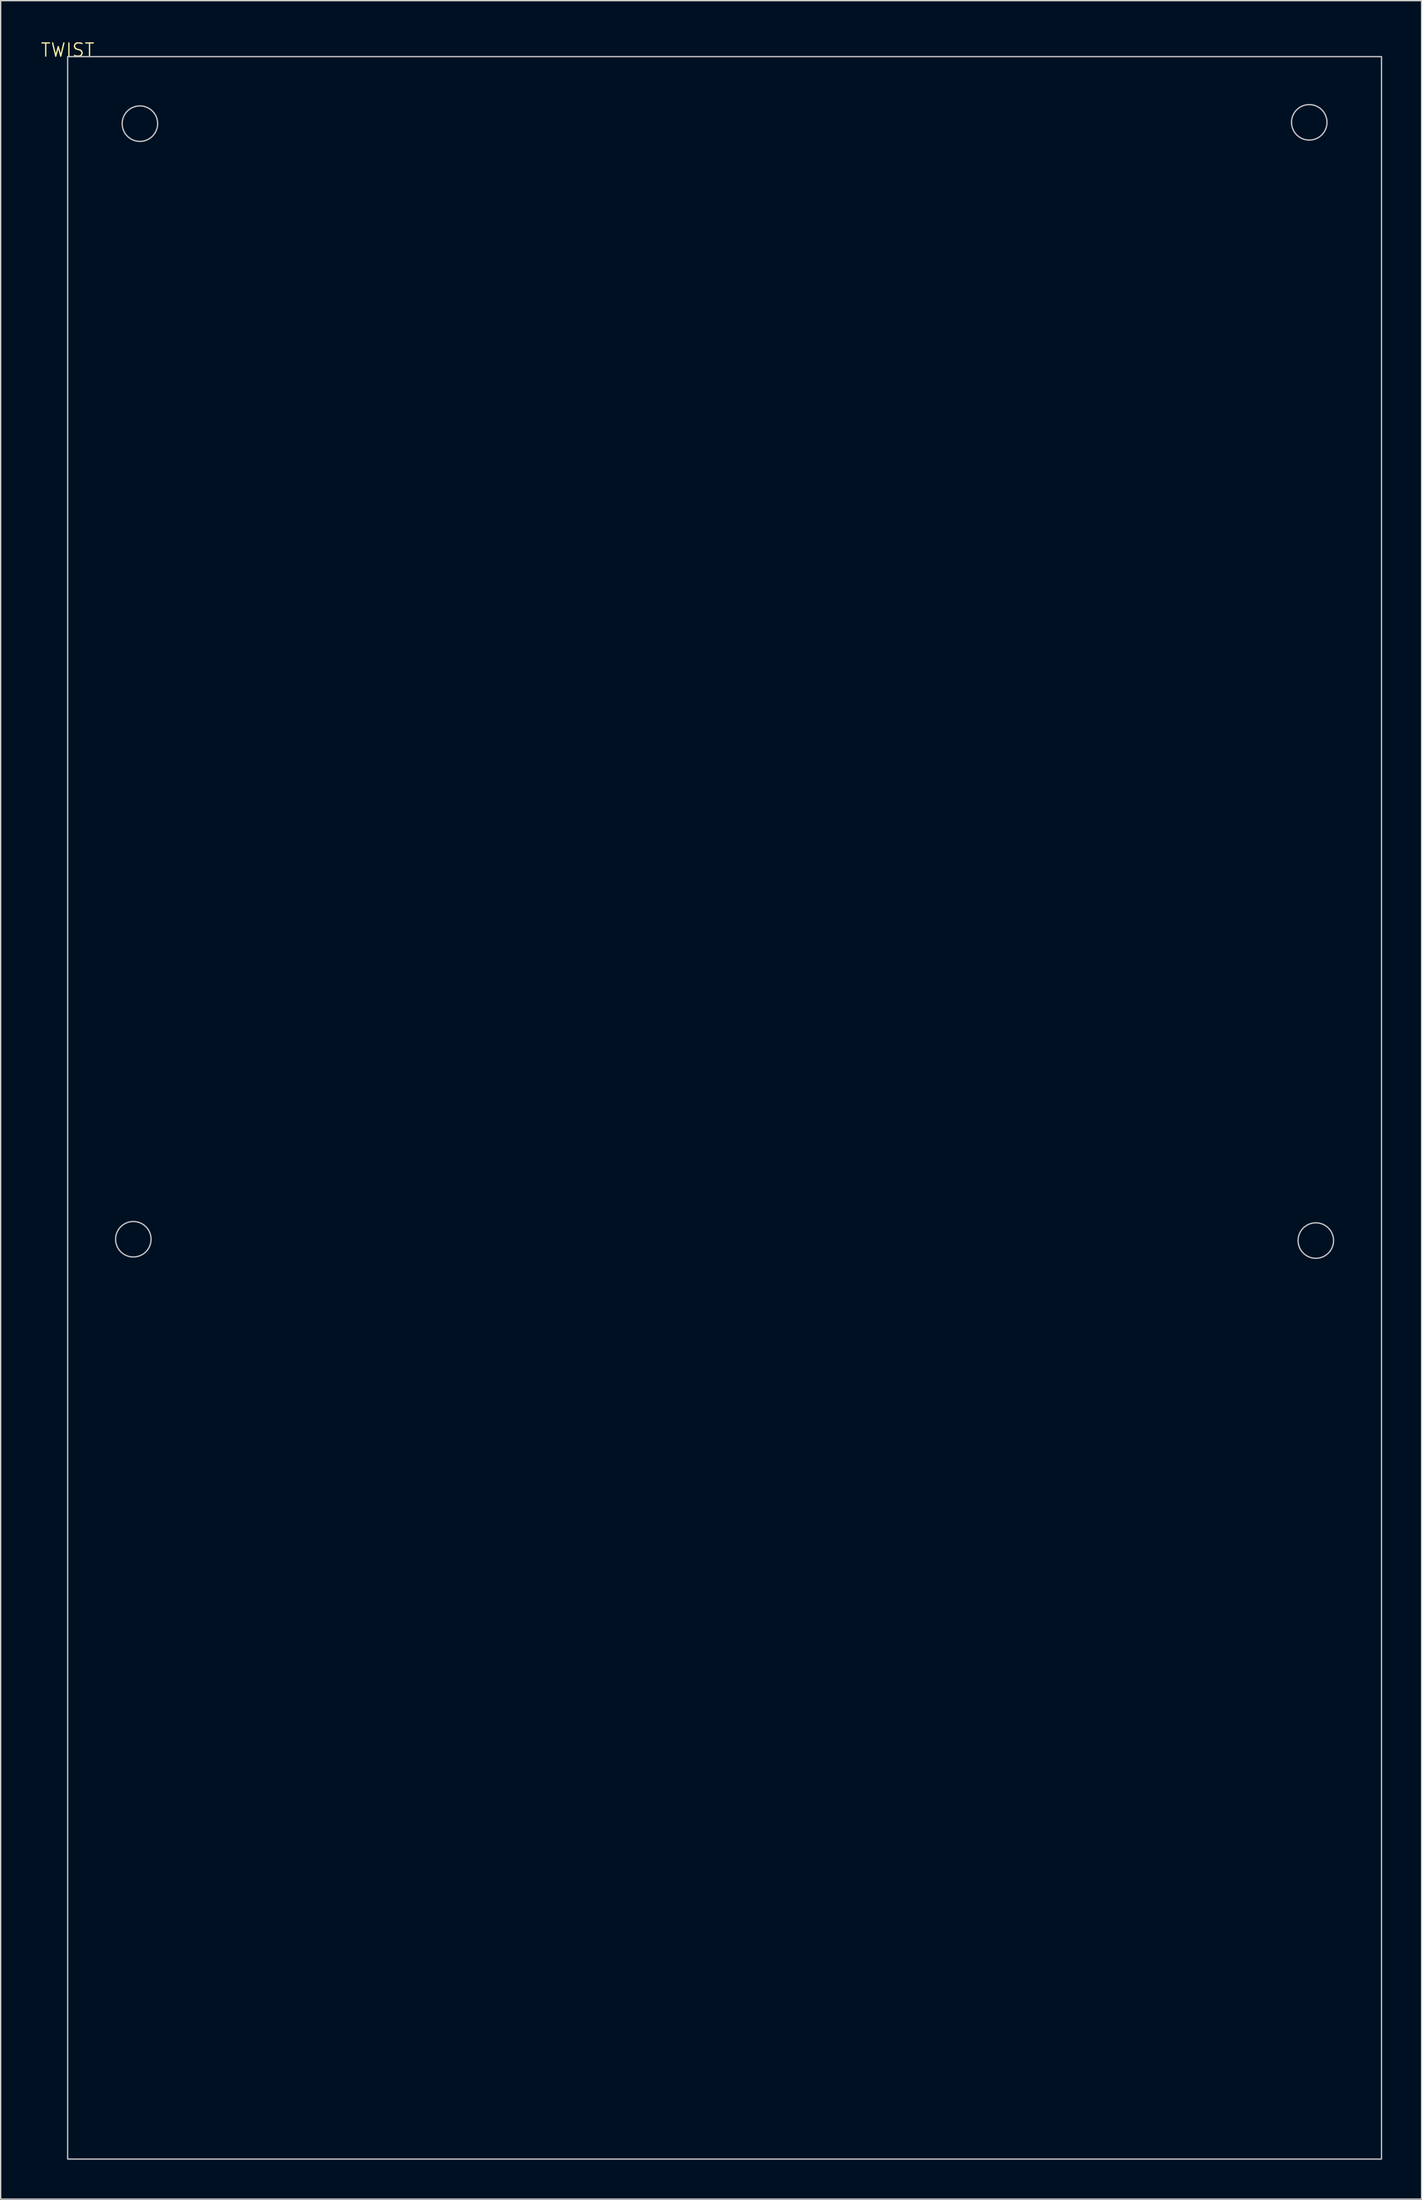
<source format=kicad_pcb>
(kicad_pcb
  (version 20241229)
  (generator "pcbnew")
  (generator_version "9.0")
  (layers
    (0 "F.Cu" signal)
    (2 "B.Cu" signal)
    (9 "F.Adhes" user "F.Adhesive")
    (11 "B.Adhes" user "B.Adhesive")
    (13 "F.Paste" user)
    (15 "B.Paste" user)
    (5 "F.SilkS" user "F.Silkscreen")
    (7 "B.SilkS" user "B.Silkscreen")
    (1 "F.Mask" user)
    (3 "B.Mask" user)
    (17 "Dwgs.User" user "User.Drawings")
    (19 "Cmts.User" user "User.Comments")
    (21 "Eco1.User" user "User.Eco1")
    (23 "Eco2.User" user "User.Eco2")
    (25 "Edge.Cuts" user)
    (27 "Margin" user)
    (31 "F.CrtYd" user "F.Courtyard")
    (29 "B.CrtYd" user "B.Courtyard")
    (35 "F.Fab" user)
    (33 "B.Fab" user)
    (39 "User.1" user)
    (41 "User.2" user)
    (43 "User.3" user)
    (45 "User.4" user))
  (footprint "TWIST"
    (layer "F.Cu")
    (at 2.098 1.26)
    (property "Reference" "TWIST" (at 0 -0.5 0) (unlocked yes) (layer "F.SilkS") (effects (font (size 1 1) (thickness 0.1))))
    (attr smd)
    (fp_rect (start 0 0) (end 100 160) (stroke (width 0.1) (type solid)) (fill no) (layer "Dwgs.User"))
    (fp_circle (center 5 90) (end 6.35 90) (stroke (width 0.1) (type solid)) (fill no) (layer "Dwgs.User"))
    (fp_circle (center 5.5 5.1) (end 6.85 5.1) (stroke (width 0.1) (type solid)) (fill no) (layer "Dwgs.User"))
    (fp_circle (center 94.5 5) (end 95.85 5) (stroke (width 0.1) (type solid)) (fill no) (layer "Dwgs.User"))
    (fp_circle (center 95 90.1) (end 96.35 90.1) (stroke (width 0.1) (type solid)) (fill no) (layer "Dwgs.User"))
    (fp_circle (center 70.87 49.8) (end 71.87 49.8) (stroke (width 0.1) (type solid)) (fill no) (layer "User.4"))
    (fp_circle (center 70.9 19.3) (end 71.9 19.3) (stroke (width 0.1) (type solid)) (fill no) (layer "User.4"))
    (fp_circle (center 70.9 44.7) (end 71.9 44.7) (stroke (width 0.1) (type solid)) (fill no) (layer "User.4"))
    (fp_circle (center 73.41 11.7) (end 74.41 11.7) (stroke (width 0.1) (type solid)) (fill no) (layer "User.4"))
    (fp_circle (center 73.41 16.78) (end 74.41 16.78) (stroke (width 0.1) (type solid)) (fill no) (layer "User.4"))
    (fp_circle (center 73.41 19.32) (end 74.41 19.32) (stroke (width 0.1) (type solid)) (fill no) (layer "User.4"))
    (fp_circle (center 73.41 42.18) (end 74.41 42.18) (stroke (width 0.1) (type solid)) (fill no) (layer "User.4"))
    (fp_circle (center 88.65 21.86) (end 89.65 21.86) (stroke (width 0.1) (type solid)) (fill no) (layer "User.4"))
    (fp_circle (center 88.7 19.3) (end 89.7 19.3) (stroke (width 0.1) (type solid)) (fill no) (layer "User.4"))
    (fp_text user "A4" (at 72.9 19.7 0) (unlocked yes) (layer "User.4") (effects (font (size 0.5 0.5) (thickness 0.125)) (justify left bottom)))
    (fp_text user "A5" (at 88.2 22.2 0) (unlocked yes) (layer "User.4") (effects (font (size 0.5 0.5) (thickness 0.125)) (justify left bottom)))
    (fp_text user "B3" (at 72.9 42.4 0) (unlocked yes) (layer "User.4") (effects (font (size 0.5 0.5) (thickness 0.125)) (justify left bottom)))
    (fp_text user "B4" (at 70.4 50.2 0) (unlocked yes) (layer "User.4") (effects (font (size 0.5 0.5) (thickness 0.125)) (justify left bottom)))
    (fp_text user "GND" (at 87.9 19.7 0) (unlocked yes) (layer "User.4") (effects (font (size 0.5 0.5) (thickness 0.125)) (justify left bottom)))
    (fp_text user "GND" (at 70.1 45 0) (unlocked yes) (layer "User.4") (effects (font (size 0.5 0.5) (thickness 0.125)) (justify left bottom)))
    (fp_text user "GND" (at 70.1 19.6 0) (unlocked yes) (layer "User.4") (effects (font (size 0.5 0.5) (thickness 0.125)) (justify left bottom)))
    (fp_text user "B2" (at 72.9 12 0) (unlocked yes) (layer "User.4") (effects (font (size 0.5 0.5) (thickness 0.125)) (justify left bottom)))
    (fp_text user "A7" (at 72.9 17.1 0) (unlocked yes) (layer "User.4") (effects (font (size 0.5 0.5) (thickness 0.125)) (justify left bottom))))
  (gr_rect
    (start -3 -3)
    (end 105.148 164.31)
    (stroke (width 0.1) (type default))
    (fill no)
    (layer "Edge.Cuts")))
</source>
